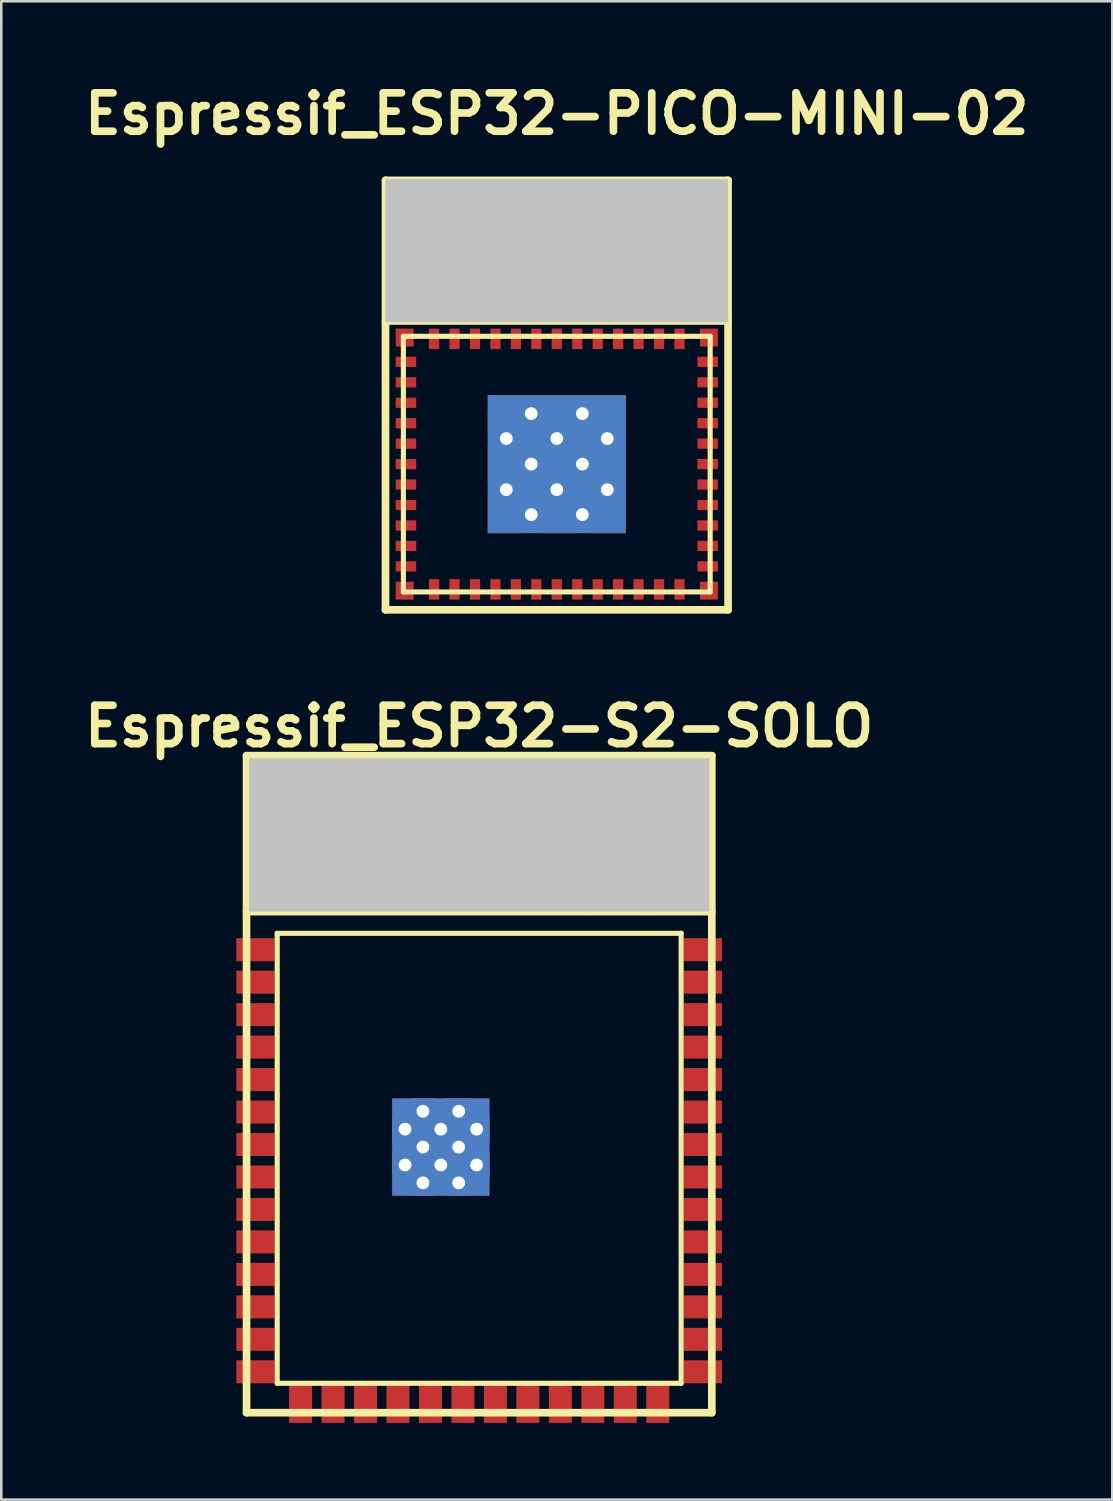
<source format=kicad_pcb>
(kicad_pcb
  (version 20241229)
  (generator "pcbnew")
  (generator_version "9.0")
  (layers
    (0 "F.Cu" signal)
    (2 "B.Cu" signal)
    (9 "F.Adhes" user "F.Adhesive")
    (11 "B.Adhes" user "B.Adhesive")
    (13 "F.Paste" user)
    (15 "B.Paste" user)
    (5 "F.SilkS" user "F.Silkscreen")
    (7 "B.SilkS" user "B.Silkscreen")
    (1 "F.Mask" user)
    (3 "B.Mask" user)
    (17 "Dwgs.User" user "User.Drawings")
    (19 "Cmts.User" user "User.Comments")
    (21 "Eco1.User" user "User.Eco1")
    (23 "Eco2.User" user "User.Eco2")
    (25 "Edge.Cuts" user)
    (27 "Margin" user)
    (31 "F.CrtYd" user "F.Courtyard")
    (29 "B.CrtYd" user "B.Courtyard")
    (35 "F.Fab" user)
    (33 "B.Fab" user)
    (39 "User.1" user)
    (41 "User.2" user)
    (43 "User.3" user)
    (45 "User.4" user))
  (footprint "Espressif_ESP32-S2-SOLO"
    (layer "F.Cu")
    (at 15.693 39.358)
    (property "Reference" "Espressif_ESP32-S2-SOLO" (at 0 -14 0) (layer "F.SilkS") (effects (font (size 1.5 1.5) (thickness 0.3))))
    (attr smd)
    (fp_line (start -9.1 -12.85) (end 9.1 -12.85) (stroke (width 0.3) (type solid)) (layer "F.SilkS"))
    (fp_line (start -9.1 -6.75) (end 9.1 -6.75) (stroke (width 0.3) (type solid)) (layer "F.SilkS"))
    (fp_line (start -9.1 12.85) (end -9.1 -12.85) (stroke (width 0.3) (type solid)) (layer "F.SilkS"))
    (fp_line (start -7.9 -5.9) (end -7.9 11.7) (stroke (width 0.2) (type solid)) (layer "F.SilkS"))
    (fp_line (start -6.6 -11.3) (end -6.6 -7.6) (stroke (width 0.381) (type solid)) (layer "F.SilkS"))
    (fp_line (start -6.6 -11.3) (end -4.4 -11.3) (stroke (width 0.381) (type solid)) (layer "F.SilkS"))
    (fp_line (start -4.4 -11.3) (end -4.4 -8.3) (stroke (width 0.381) (type solid)) (layer "F.SilkS"))
    (fp_line (start -2.2 -11.3) (end -2.2 -8.3) (stroke (width 0.381) (type solid)) (layer "F.SilkS"))
    (fp_line (start -2.2 -11.3) (end 0 -11.3) (stroke (width 0.381) (type solid)) (layer "F.SilkS"))
    (fp_line (start -2.2 -8.3) (end -4.4 -8.3) (stroke (width 0.381) (type solid)) (layer "F.SilkS"))
    (fp_line (start 0 -11.3) (end 0 -8.3) (stroke (width 0.381) (type solid)) (layer "F.SilkS"))
    (fp_line (start 2.2 -11.3) (end 2.2 -8.3) (stroke (width 0.381) (type solid)) (layer "F.SilkS"))
    (fp_line (start 2.2 -8.3) (end 0 -8.3) (stroke (width 0.381) (type solid)) (layer "F.SilkS"))
    (fp_line (start 4.4 -11.3) (end 4.4 -6.8) (stroke (width 0.381) (type solid)) (layer "F.SilkS"))
    (fp_line (start 6.6 -11.3) (end 2.2 -11.3) (stroke (width 0.381) (type solid)) (layer "F.SilkS"))
    (fp_line (start 6.6 -11.3) (end 6.6 -6.8) (stroke (width 0.381) (type solid)) (layer "F.SilkS"))
    (fp_line (start 7.9 -5.9) (end -7.9 -5.9) (stroke (width 0.2) (type solid)) (layer "F.SilkS"))
    (fp_line (start 7.9 -5.9) (end 7.9 11.7) (stroke (width 0.2) (type solid)) (layer "F.SilkS"))
    (fp_line (start 7.9 11.7) (end -7.9 11.7) (stroke (width 0.2) (type solid)) (layer "F.SilkS"))
    (fp_line (start 9.1 12.85) (end -9.1 12.85) (stroke (width 0.3) (type solid)) (layer "F.SilkS"))
    (fp_line (start 9.1 12.85) (end 9.1 -12.85) (stroke (width 0.3) (type solid)) (layer "F.SilkS"))
    (pad "" smd rect (at 0 -9.75) (size 18 6) (layers "Dwgs.User"))
    (pad "1" smd rect (at -8.75 -5.26) (size 1.5 0.9) (layers "F.Cu" "F.Mask" "F.Paste"))
    (pad "2" smd rect (at -8.75 -3.99) (size 1.5 0.9) (layers "F.Cu" "F.Mask" "F.Paste"))
    (pad "3" smd rect (at -8.75 -2.72) (size 1.5 0.9) (layers "F.Cu" "F.Mask" "F.Paste"))
    (pad "4" smd rect (at -8.75 -1.45) (size 1.5 0.9) (layers "F.Cu" "F.Mask" "F.Paste"))
    (pad "5" smd rect (at -8.75 -0.18) (size 1.5 0.9) (layers "F.Cu" "F.Mask" "F.Paste"))
    (pad "6" smd rect (at -8.75 1.09) (size 1.5 0.9) (layers "F.Cu" "F.Mask" "F.Paste"))
    (pad "7" smd rect (at -8.75 2.36) (size 1.5 0.9) (layers "F.Cu" "F.Mask" "F.Paste"))
    (pad "8" smd rect (at -8.75 3.63) (size 1.5 0.9) (layers "F.Cu" "F.Mask" "F.Paste"))
    (pad "9" smd rect (at -8.75 4.9) (size 1.5 0.9) (layers "F.Cu" "F.Mask" "F.Paste"))
    (pad "10" smd rect (at -8.75 6.17) (size 1.5 0.9) (layers "F.Cu" "F.Mask" "F.Paste"))
    (pad "11" smd rect (at -8.75 7.44) (size 1.5 0.9) (layers "F.Cu" "F.Mask" "F.Paste"))
    (pad "12" smd rect (at -8.75 8.71) (size 1.5 0.9) (layers "F.Cu" "F.Mask" "F.Paste"))
    (pad "13" smd rect (at -8.75 9.98) (size 1.5 0.9) (layers "F.Cu" "F.Mask" "F.Paste"))
    (pad "14" smd rect (at -8.75 11.25 180) (size 1.5 0.9) (layers "F.Cu" "F.Mask" "F.Paste"))
    (pad "15" smd rect (at -6.985 12.5 90) (size 1.5 0.9) (layers "F.Cu" "F.Mask" "F.Paste"))
    (pad "16" smd rect (at -5.715 12.5 90) (size 1.5 0.9) (layers "F.Cu" "F.Mask" "F.Paste"))
    (pad "17" smd rect (at -4.445 12.5 90) (size 1.5 0.9) (layers "F.Cu" "F.Mask" "F.Paste"))
    (pad "18" smd rect (at -3.175 12.5 90) (size 1.5 0.9) (layers "F.Cu" "F.Mask" "F.Paste"))
    (pad "19" smd rect (at -1.905 12.5 90) (size 1.5 0.9) (layers "F.Cu" "F.Mask" "F.Paste"))
    (pad "20" smd rect (at -0.635 12.5 90) (size 1.5 0.9) (layers "F.Cu" "F.Mask" "F.Paste"))
    (pad "21" smd rect (at 0.635 12.5 90) (size 1.5 0.9) (layers "F.Cu" "F.Mask" "F.Paste"))
    (pad "22" smd rect (at 1.905 12.5 90) (size 1.5 0.9) (layers "F.Cu" "F.Mask" "F.Paste"))
    (pad "23" smd rect (at 3.175 12.5 90) (size 1.5 0.9) (layers "F.Cu" "F.Mask" "F.Paste"))
    (pad "24" smd rect (at 4.445 12.5 90) (size 1.5 0.9) (layers "F.Cu" "F.Mask" "F.Paste"))
    (pad "25" smd rect (at 5.715 12.5 90) (size 1.5 0.9) (layers "F.Cu" "F.Mask" "F.Paste"))
    (pad "26" smd rect (at 6.985 12.5 90) (size 1.5 0.9) (layers "F.Cu" "F.Mask" "F.Paste"))
    (pad "27" smd rect (at 8.75 11.25) (size 1.5 0.9) (layers "F.Cu" "F.Mask" "F.Paste"))
    (pad "28" smd rect (at 8.75 9.98) (size 1.5 0.9) (layers "F.Cu" "F.Mask" "F.Paste"))
    (pad "29" smd rect (at 8.75 8.71) (size 1.5 0.9) (layers "F.Cu" "F.Mask" "F.Paste"))
    (pad "30" smd rect (at 8.75 7.44) (size 1.5 0.9) (layers "F.Cu" "F.Mask" "F.Paste"))
    (pad "31" smd rect (at 8.75 6.17) (size 1.5 0.9) (layers "F.Cu" "F.Mask" "F.Paste"))
    (pad "32" smd rect (at 8.75 4.9) (size 1.5 0.9) (layers "F.Cu" "F.Mask" "F.Paste"))
    (pad "33" smd rect (at 8.75 3.63) (size 1.5 0.9) (layers "F.Cu" "F.Mask" "F.Paste"))
    (pad "34" smd rect (at 8.75 2.36) (size 1.5 0.9) (layers "F.Cu" "F.Mask" "F.Paste"))
    (pad "35" smd rect (at 8.75 1.09) (size 1.5 0.9) (layers "F.Cu" "F.Mask" "F.Paste"))
    (pad "36" smd rect (at 8.75 -0.18) (size 1.5 0.9) (layers "F.Cu" "F.Mask" "F.Paste"))
    (pad "37" smd rect (at 8.75 -1.45) (size 1.5 0.9) (layers "F.Cu" "F.Mask" "F.Paste"))
    (pad "38" smd rect (at 8.75 -2.72) (size 1.5 0.9) (layers "F.Cu" "F.Mask" "F.Paste"))
    (pad "39" smd rect (at 8.75 -3.99) (size 1.5 0.9) (layers "F.Cu" "F.Mask" "F.Paste"))
    (pad "40" smd rect (at 8.75 -5.26) (size 1.5 0.9) (layers "F.Cu" "F.Mask" "F.Paste"))
    (pad "41" smd rect (at -2.9 1.06) (size 0.9 0.9) (layers "F.Cu" "F.Mask" "F.Paste"))
    (pad "41" thru_hole rect (at -2.9 1.76) (size 1 1) (drill 0.5) (layers "*.Cu"))
    (pad "41" smd rect (at -2.9 2.46) (size 0.9 0.9) (layers "F.Cu" "F.Mask" "F.Paste"))
    (pad "41" thru_hole rect (at -2.9 3.16) (size 1 1) (drill 0.5) (layers "*.Cu"))
    (pad "41" smd rect (at -2.9 3.86) (size 0.9 0.9) (layers "F.Cu" "F.Mask" "F.Paste"))
    (pad "41" thru_hole rect (at -2.2 1.06) (size 1 1) (drill 0.5) (layers "*.Cu"))
    (pad "41" thru_hole rect (at -2.2 2.46) (size 1 1) (drill 0.5) (layers "*.Cu"))
    (pad "41" thru_hole rect (at -2.2 3.86) (size 1 1) (drill 0.5) (layers "*.Cu"))
    (pad "41" smd rect (at -1.5 1.06) (size 0.9 0.9) (layers "F.Cu" "F.Mask" "F.Paste"))
    (pad "41" thru_hole rect (at -1.5 1.76) (size 1 1) (drill 0.5) (layers "*.Cu"))
    (pad "41" smd rect (at -1.5 2.46) (size 0.9 0.9) (layers "F.Cu" "F.Mask" "F.Paste"))
    (pad "41" smd rect (at -1.5 2.46) (size 3.8 3.8) (layers "F.Cu"))
    (pad "41" smd rect (at -1.5 2.46) (size 3.8 3.8) (layers "B.Cu"))
    (pad "41" thru_hole rect (at -1.5 3.16) (size 1 1) (drill 0.5) (layers "*.Cu"))
    (pad "41" smd rect (at -1.5 3.86) (size 0.9 0.9) (layers "F.Cu" "F.Mask" "F.Paste"))
    (pad "41" thru_hole rect (at -0.8 1.06) (size 1 1) (drill 0.5) (layers "*.Cu"))
    (pad "41" thru_hole rect (at -0.8 2.46) (size 1 1) (drill 0.5) (layers "*.Cu"))
    (pad "41" thru_hole rect (at -0.8 3.86) (size 1 1) (drill 0.5) (layers "*.Cu"))
    (pad "41" smd rect (at -0.1 1.06) (size 0.9 0.9) (layers "F.Cu" "F.Mask" "F.Paste"))
    (pad "41" thru_hole rect (at -0.1 1.76) (size 1 1) (drill 0.5) (layers "*.Cu"))
    (pad "41" smd rect (at -0.1 2.46) (size 0.9 0.9) (layers "F.Cu" "F.Mask" "F.Paste"))
    (pad "41" thru_hole rect (at -0.1 3.16) (size 1 1) (drill 0.5) (layers "*.Cu"))
    (pad "41" smd rect (at -0.1 3.86) (size 0.9 0.9) (layers "F.Cu" "F.Mask" "F.Paste")))
  (footprint "Espressif_ESP32-PICO-MINI-02"
    (layer "F.Cu")
    (at 18.729 12.404)
    (property "Reference" "Espressif_ESP32-PICO-MINI-02" (at 0 -11 0) (layer "F.SilkS") (effects (font (size 1.5 1.5) (thickness 0.3))))
    (attr smd)
    (fp_line (start -6.7 -8.4) (end 6.7 -8.4) (stroke (width 0.3) (type solid)) (layer "F.SilkS"))
    (fp_line (start -6.7 -2.9) (end 6.7 -2.9) (stroke (width 0.3) (type solid)) (layer "F.SilkS"))
    (fp_line (start -6.7 8.4) (end -6.7 -8.4) (stroke (width 0.3) (type solid)) (layer "F.SilkS"))
    (fp_line (start -6 -7.7) (end -6 -3) (stroke (width 0.381) (type solid)) (layer "F.SilkS"))
    (fp_line (start -6 -7.7) (end -2.8 -7.7) (stroke (width 0.381) (type solid)) (layer "F.SilkS"))
    (fp_line (start -6 -2.3) (end -6 7.7) (stroke (width 0.2) (type solid)) (layer "F.SilkS"))
    (fp_line (start -4.4 -7.7) (end -4.4 -3) (stroke (width 0.381) (type solid)) (layer "F.SilkS"))
    (fp_line (start -2.8 -7.7) (end -2.8 -4.7) (stroke (width 0.381) (type solid)) (layer "F.SilkS"))
    (fp_line (start -2.8 -4.7) (end -0.6 -4.7) (stroke (width 0.381) (type solid)) (layer "F.SilkS"))
    (fp_line (start -0.6 -7.7) (end -0.6 -4.7) (stroke (width 0.381) (type solid)) (layer "F.SilkS"))
    (fp_line (start 1.6 -7.7) (end -0.6 -7.7) (stroke (width 0.381) (type solid)) (layer "F.SilkS"))
    (fp_line (start 1.6 -7.7) (end 1.6 -4.7) (stroke (width 0.381) (type solid)) (layer "F.SilkS"))
    (fp_line (start 1.6 -4.7) (end 3.8 -4.7) (stroke (width 0.381) (type solid)) (layer "F.SilkS"))
    (fp_line (start 3.8 -7.7) (end 3.8 -4.7) (stroke (width 0.381) (type solid)) (layer "F.SilkS"))
    (fp_line (start 6 -7.7) (end 3.8 -7.7) (stroke (width 0.381) (type solid)) (layer "F.SilkS"))
    (fp_line (start 6 -7.7) (end 6 -4) (stroke (width 0.381) (type solid)) (layer "F.SilkS"))
    (fp_line (start 6 -2.3) (end -6 -2.3) (stroke (width 0.2) (type solid)) (layer "F.SilkS"))
    (fp_line (start 6 -2.3) (end 6 7.7) (stroke (width 0.2) (type solid)) (layer "F.SilkS"))
    (fp_line (start 6 7.7) (end -6 7.7) (stroke (width 0.2) (type solid)) (layer "F.SilkS"))
    (fp_line (start 6.7 8.4) (end -6.7 8.4) (stroke (width 0.3) (type solid)) (layer "F.SilkS"))
    (fp_line (start 6.7 8.4) (end 6.7 -8.4) (stroke (width 0.3) (type solid)) (layer "F.SilkS"))
    (pad "" smd rect (at 0 -5.65) (size 13.4 5.6) (layers "Dwgs.User"))
    (pad "1" smd rect (at -5.9 -1.3) (size 0.8 0.4) (layers "F.Cu" "F.Mask" "F.Paste"))
    (pad "2" smd rect (at -5.9 -0.5) (size 0.8 0.4) (layers "F.Cu" "F.Mask" "F.Paste"))
    (pad "3" smd rect (at -5.9 0.3) (size 0.8 0.4) (layers "F.Cu" "F.Mask" "F.Paste"))
    (pad "4" smd rect (at -5.9 1.1) (size 0.8 0.4) (layers "F.Cu" "F.Mask" "F.Paste"))
    (pad "5" smd rect (at -5.9 1.9) (size 0.8 0.4) (layers "F.Cu" "F.Mask" "F.Paste"))
    (pad "6" smd rect (at -5.9 2.7) (size 0.8 0.4) (layers "F.Cu" "F.Mask" "F.Paste"))
    (pad "7" smd rect (at -5.9 3.5) (size 0.8 0.4) (layers "F.Cu" "F.Mask" "F.Paste"))
    (pad "8" smd rect (at -5.9 4.3) (size 0.8 0.4) (layers "F.Cu" "F.Mask" "F.Paste"))
    (pad "9" smd rect (at -5.9 5.1) (size 0.8 0.4) (layers "F.Cu" "F.Mask" "F.Paste"))
    (pad "10" smd rect (at -5.9 5.9) (size 0.8 0.4) (layers "F.Cu" "F.Mask" "F.Paste"))
    (pad "11" smd rect (at -5.9 6.7) (size 0.8 0.4) (layers "F.Cu" "F.Mask" "F.Paste"))
    (pad "12" smd rect (at -4.8 7.6 90) (size 0.8 0.4) (layers "F.Cu" "F.Mask" "F.Paste"))
    (pad "13" smd rect (at -4 7.6 90) (size 0.8 0.4) (layers "F.Cu" "F.Mask" "F.Paste"))
    (pad "14" smd rect (at -3.2 7.6 90) (size 0.8 0.4) (layers "F.Cu" "F.Mask" "F.Paste"))
    (pad "15" smd rect (at -2.4 7.6 90) (size 0.8 0.4) (layers "F.Cu" "F.Mask" "F.Paste"))
    (pad "16" smd rect (at -1.6 7.6 90) (size 0.8 0.4) (layers "F.Cu" "F.Mask" "F.Paste"))
    (pad "17" smd rect (at -0.8 7.6 90) (size 0.8 0.4) (layers "F.Cu" "F.Mask" "F.Paste"))
    (pad "18" smd rect (at 0 7.6 90) (size 0.8 0.4) (layers "F.Cu" "F.Mask" "F.Paste"))
    (pad "19" smd rect (at 0.8 7.6 90) (size 0.8 0.4) (layers "F.Cu" "F.Mask" "F.Paste"))
    (pad "20" smd rect (at 1.6 7.6 90) (size 0.8 0.4) (layers "F.Cu" "F.Mask" "F.Paste"))
    (pad "21" smd rect (at 2.4 7.6 90) (size 0.8 0.4) (layers "F.Cu" "F.Mask" "F.Paste"))
    (pad "22" smd rect (at 3.2 7.6 90) (size 0.8 0.4) (layers "F.Cu" "F.Mask" "F.Paste"))
    (pad "23" smd rect (at 4 7.6 90) (size 0.8 0.4) (layers "F.Cu" "F.Mask" "F.Paste"))
    (pad "24" smd rect (at 4.8 7.6 90) (size 0.8 0.4) (layers "F.Cu" "F.Mask" "F.Paste"))
    (pad "25" smd rect (at 5.9 6.7) (size 0.8 0.4) (layers "F.Cu" "F.Mask" "F.Paste"))
    (pad "26" smd rect (at 5.9 5.9) (size 0.8 0.4) (layers "F.Cu" "F.Mask" "F.Paste"))
    (pad "27" smd rect (at 5.9 5.1) (size 0.8 0.4) (layers "F.Cu" "F.Mask" "F.Paste"))
    (pad "28" smd rect (at 5.9 4.3) (size 0.8 0.4) (layers "F.Cu" "F.Mask" "F.Paste"))
    (pad "29" smd rect (at 5.9 3.5) (size 0.8 0.4) (layers "F.Cu" "F.Mask" "F.Paste"))
    (pad "30" smd rect (at 5.9 2.7) (size 0.8 0.4) (layers "F.Cu" "F.Mask" "F.Paste"))
    (pad "31" smd rect (at 5.9 1.9) (size 0.8 0.4) (layers "F.Cu" "F.Mask" "F.Paste"))
    (pad "32" smd rect (at 5.9 1.1) (size 0.8 0.4) (layers "F.Cu" "F.Mask" "F.Paste"))
    (pad "33" smd rect (at 5.9 0.3) (size 0.8 0.4) (layers "F.Cu" "F.Mask" "F.Paste"))
    (pad "34" smd rect (at 5.9 -0.5) (size 0.8 0.4) (layers "F.Cu" "F.Mask" "F.Paste"))
    (pad "35" smd rect (at 5.9 -1.3) (size 0.8 0.4) (layers "F.Cu" "F.Mask" "F.Paste"))
    (pad "36" smd rect (at 4.8 -2.2 90) (size 0.8 0.4) (layers "F.Cu" "F.Mask" "F.Paste"))
    (pad "37" smd rect (at 4 -2.2 90) (size 0.8 0.4) (layers "F.Cu" "F.Mask" "F.Paste"))
    (pad "38" smd rect (at 3.2 -2.2 90) (size 0.8 0.4) (layers "F.Cu" "F.Mask" "F.Paste"))
    (pad "39" smd rect (at 2.4 -2.2 90) (size 0.8 0.4) (layers "F.Cu" "F.Mask" "F.Paste"))
    (pad "40" smd rect (at 1.6 -2.2 90) (size 0.8 0.4) (layers "F.Cu" "F.Mask" "F.Paste"))
    (pad "41" smd rect (at 0.8 -2.2 90) (size 0.8 0.4) (layers "F.Cu" "F.Mask" "F.Paste"))
    (pad "42" smd rect (at 0 -2.2 90) (size 0.8 0.4) (layers "F.Cu" "F.Mask" "F.Paste"))
    (pad "43" smd rect (at -0.8 -2.2 90) (size 0.8 0.4) (layers "F.Cu" "F.Mask" "F.Paste"))
    (pad "44" smd rect (at -1.6 -2.2 90) (size 0.8 0.4) (layers "F.Cu" "F.Mask" "F.Paste"))
    (pad "45" smd rect (at -2.4 -2.2 90) (size 0.8 0.4) (layers "F.Cu" "F.Mask" "F.Paste"))
    (pad "46" smd rect (at -3.2 -2.2 90) (size 0.8 0.4) (layers "F.Cu" "F.Mask" "F.Paste"))
    (pad "47" smd rect (at -4 -2.2 90) (size 0.8 0.4) (layers "F.Cu" "F.Mask" "F.Paste"))
    (pad "48" smd rect (at -4.8 -2.2 90) (size 0.8 0.4) (layers "F.Cu" "F.Mask" "F.Paste"))
    (pad "49" smd custom (at -1.975 0.725) (size 1 1) (layers "F.Cu" "F.Mask" "F.Paste") (options (anchor circle)) (primitives (gr_poly (pts (xy 0.725 0.725) (xy -0.725 0.725) (xy -0.725 -0.125) (xy -0.125 -0.725) (xy 0.725 -0.725)) (width 0.0001) (fill yes))))
    (pad "49" thru_hole rect (at -1.975 1.7) (size 1 1) (drill 0.5) (layers "*.Cu"))
    (pad "49" smd rect (at -1.975 2.7) (size 1.45 1.45) (layers "F.Cu" "F.Mask" "F.Paste"))
    (pad "49" thru_hole rect (at -1.975 3.7) (size 1 1) (drill 0.5) (layers "*.Cu"))
    (pad "49" smd rect (at -1.975 4.675) (size 1.45 1.45) (layers "F.Cu" "F.Mask" "F.Paste"))
    (pad "49" thru_hole rect (at -1 0.725) (size 1 1) (drill 0.5) (layers "*.Cu"))
    (pad "49" thru_hole rect (at -1 2.7) (size 1 1) (drill 0.5) (layers "*.Cu"))
    (pad "49" thru_hole rect (at -1 4.675) (size 1 1) (drill 0.5) (layers "*.Cu"))
    (pad "49" smd rect (at 0 0.725) (size 1.45 1.45) (layers "F.Cu" "F.Mask" "F.Paste"))
    (pad "49" thru_hole rect (at 0 1.7) (size 1 1) (drill 0.5) (layers "*.Cu"))
    (pad "49" smd rect (at 0 2.7) (size 1.45 1.45) (layers "F.Cu" "F.Mask" "F.Paste"))
    (pad "49" smd rect (at 0 2.7) (size 5.4 5.4) (layers "F.Cu"))
    (pad "49" smd rect (at 0 2.7) (size 5.4 5.4) (layers "B.Cu"))
    (pad "49" thru_hole rect (at 0 3.7) (size 1 1) (drill 0.5) (layers "*.Cu"))
    (pad "49" smd rect (at 0 4.675) (size 1.45 1.45) (layers "F.Cu" "F.Mask" "F.Paste"))
    (pad "49" thru_hole rect (at 1 0.725) (size 1 1) (drill 0.5) (layers "*.Cu"))
    (pad "49" thru_hole rect (at 1 2.7) (size 1 1) (drill 0.5) (layers "*.Cu"))
    (pad "49" thru_hole rect (at 1 4.675) (size 1 1) (drill 0.5) (layers "*.Cu"))
    (pad "49" smd rect (at 1.975 0.725) (size 1.45 1.45) (layers "F.Cu" "F.Mask" "F.Paste"))
    (pad "49" thru_hole rect (at 1.975 1.7) (size 1 1) (drill 0.5) (layers "*.Cu"))
    (pad "49" smd rect (at 1.975 2.7) (size 1.45 1.45) (layers "F.Cu" "F.Mask" "F.Paste"))
    (pad "49" thru_hole rect (at 1.975 3.7) (size 1 1) (drill 0.5) (layers "*.Cu"))
    (pad "49" smd rect (at 1.975 4.675) (size 1.45 1.45) (layers "F.Cu" "F.Mask" "F.Paste"))
    (pad "50" smd rect (at -5.95 -2.25) (size 0.7 0.7) (layers "F.Cu" "F.Mask" "F.Paste"))
    (pad "51" smd rect (at -5.95 7.65) (size 0.7 0.7) (layers "F.Cu" "F.Mask" "F.Paste"))
    (pad "52" smd rect (at 5.95 7.65) (size 0.7 0.7) (layers "F.Cu" "F.Mask" "F.Paste"))
    (pad "53" smd rect (at 5.95 -2.25) (size 0.7 0.7) (layers "F.Cu" "F.Mask" "F.Paste")))
  (gr_rect
    (start -3 -3)
    (end 40.457 55.608)
    (stroke (width 0.1) (type default))
    (fill no)
    (layer "Edge.Cuts")))
</source>
